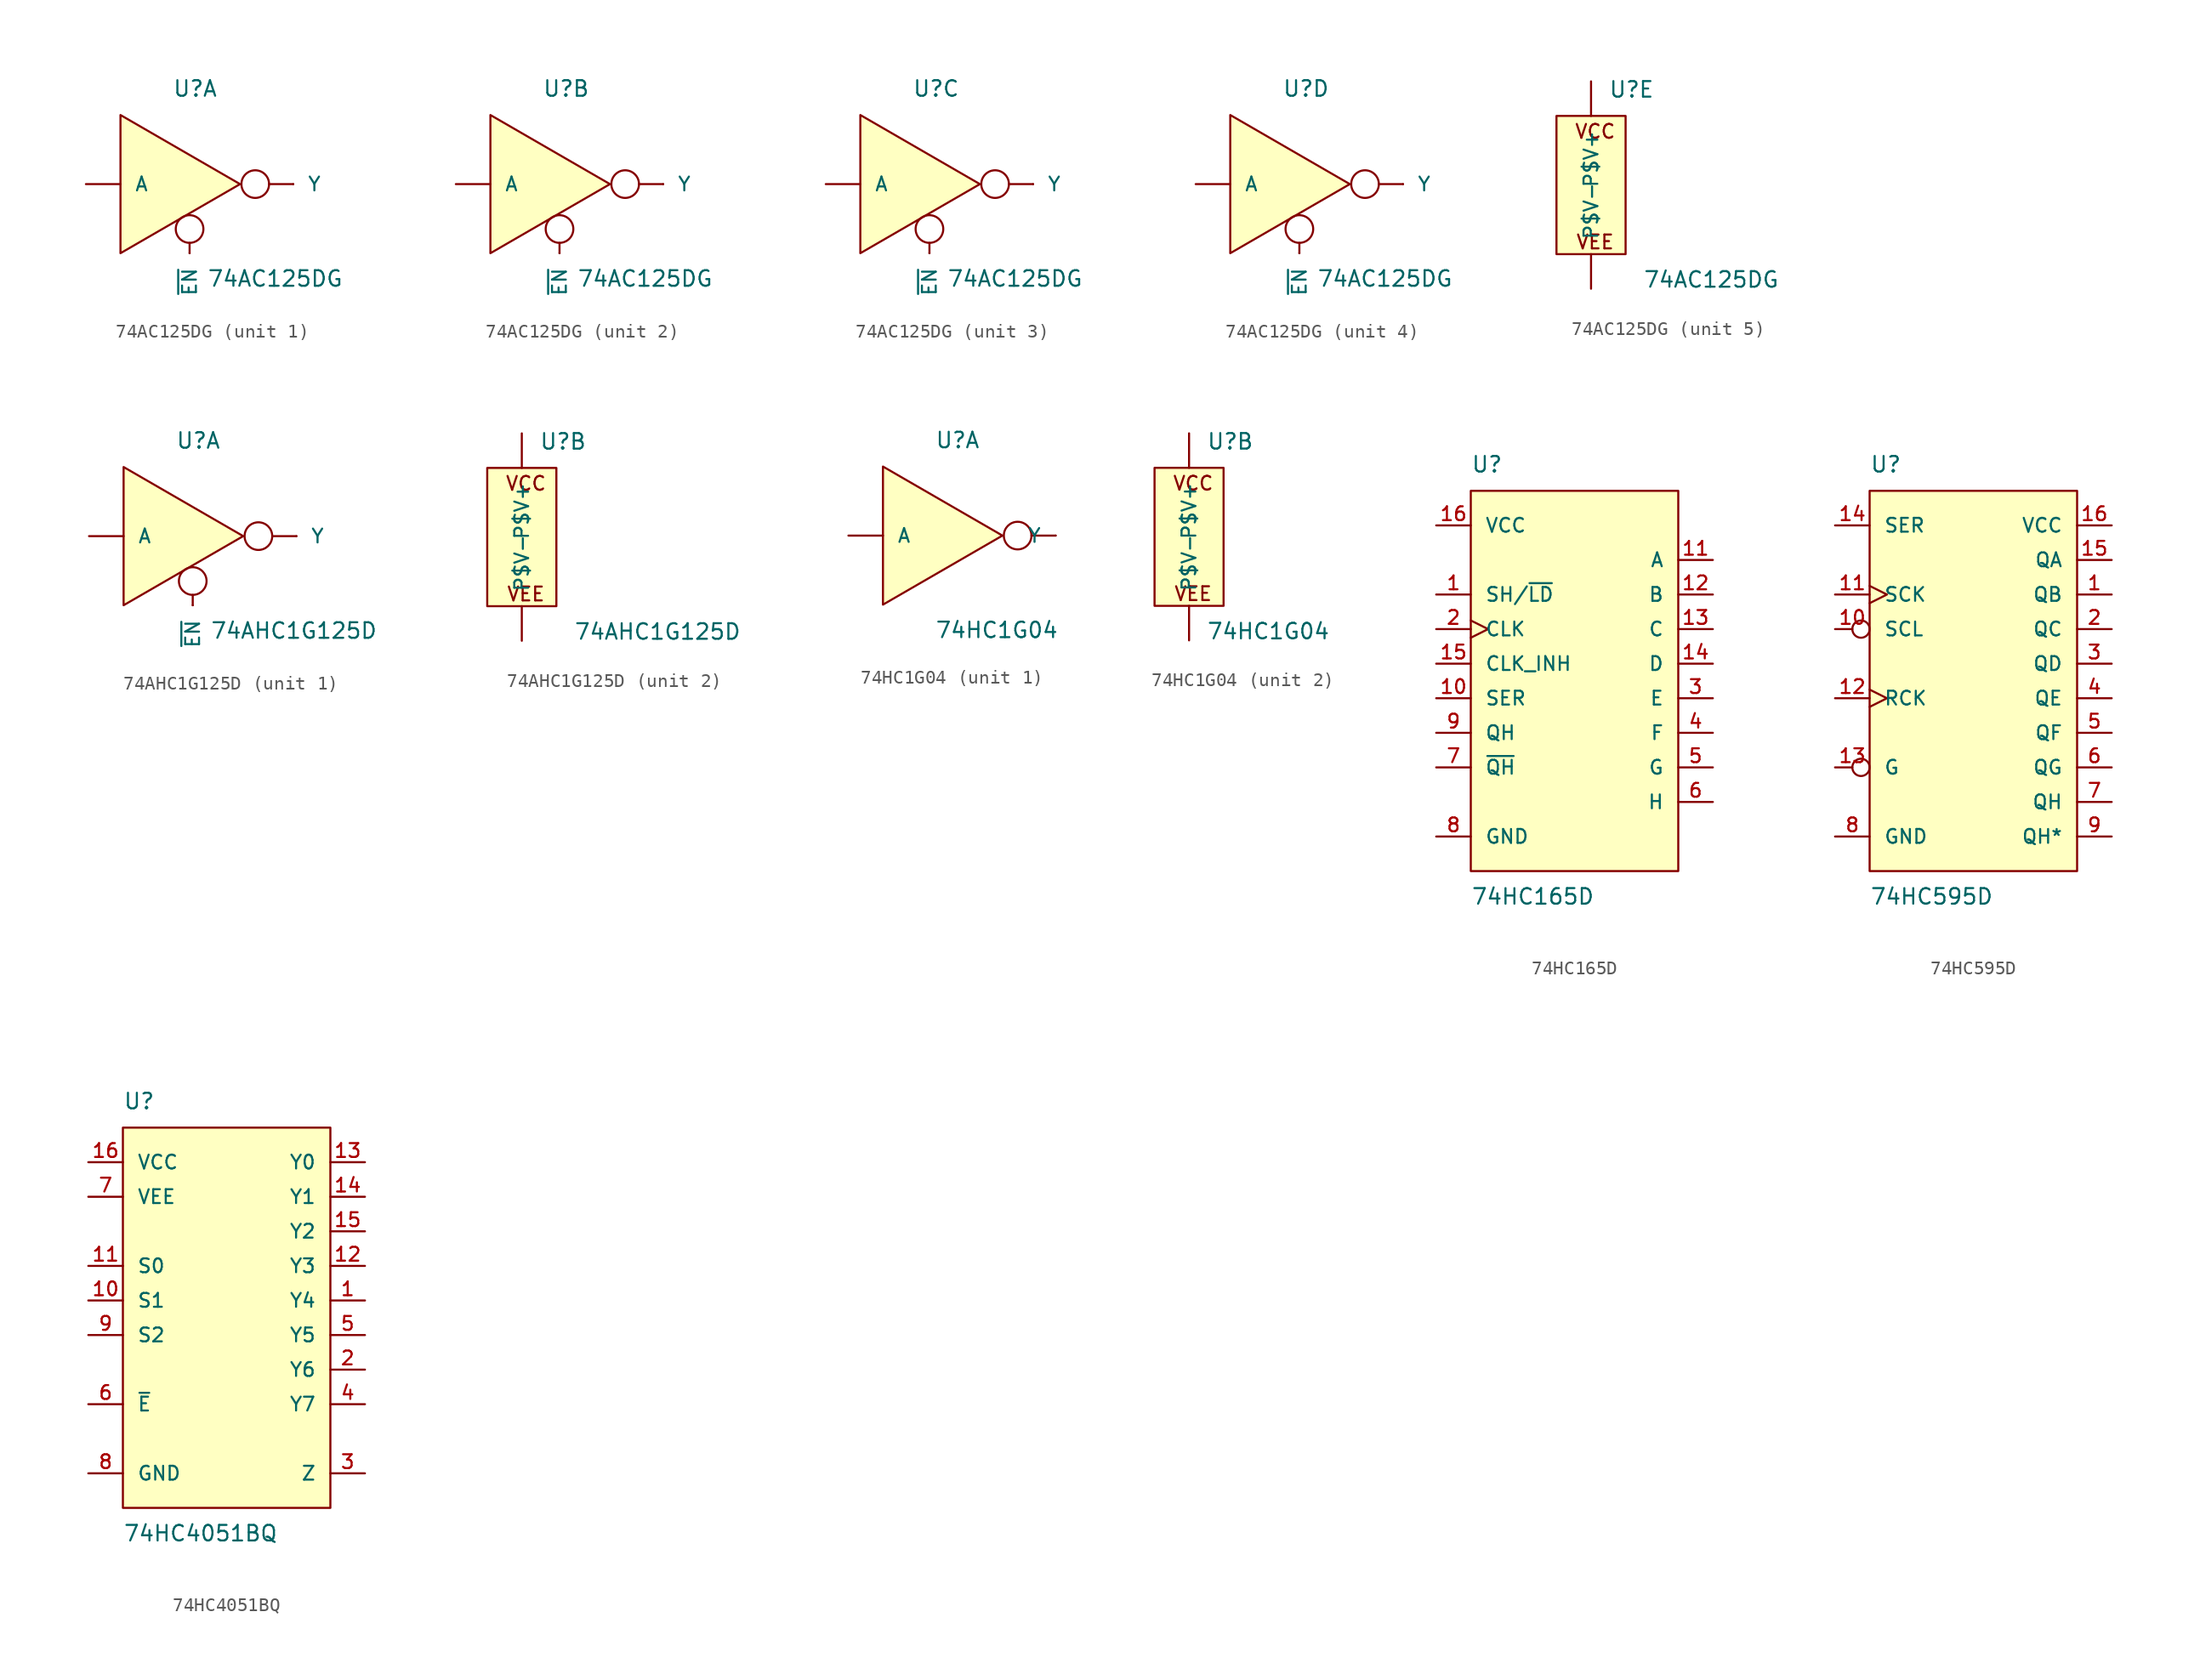
<source format=kicad_sym>
(kicad_symbol_lib
  (version 20220914)
  (generator kicad_symbol_editor)
  (symbol "74AC125DG"
    (pin_numbers hide)
    (pin_names
      (offset 1.016))
    (property "Reference" "U"
      (at 1.27 6.35 0)
      (effects (font (size 1.143 1.143)) (justify left bottom)))
    (property "Value" "74AC125DG"
      (at 3.81 -7.62 0)
      (effects (font (size 1.143 1.143)) (justify left bottom)))
    (property "ki_locked" ""
      (at 0 0 0)
      (effects (font (size 1.27 1.27))))
    (symbol "74AC125DG_1_0"
      (polyline (pts (xy 2.54 -4.318) (xy 2.54 -5.08)) (stroke (width 0) (type solid)) (fill (type none)))
      (polyline (pts (xy 10.16 0) (xy 8.382 0)) (stroke (width 0) (type solid)) (fill (type none))))
    (symbol "74AC125DG_1_1"
      (polyline (pts (xy -2.54 5.08) (xy 6.248 0) (xy -2.54 -5.08) (xy -2.54 5.08)) (stroke (width 0) (type solid)) (fill (type background)))
      (circle (center 2.54 -3.302) (radius 1.016) (stroke (width 0) (type solid)) (fill (type none)))
      (circle (center 7.366 0) (radius 1.016) (stroke (width 0) (type solid)) (fill (type none)))
      (pin bidirectional line (at 2.54 -5.08 270) (length 0) (name "~{EN}" (effects (font (size 1.016 1.016)))) (number "1" (effects (font (size 1.016 1.016)))))
      (pin bidirectional line (at -5.08 0 0) (length 2.54) (name "A" (effects (font (size 1.016 1.016)))) (number "2" (effects (font (size 1.016 1.016)))))
      (pin bidirectional line (at 10.16 0 0) (length 0) (name "Y" (effects (font (size 1.016 1.016)))) (number "3" (effects (font (size 1.016 1.016))))))
    (symbol "74AC125DG_2_0"
      (polyline (pts (xy 2.54 -4.318) (xy 2.54 -5.08)) (stroke (width 0) (type solid)) (fill (type none)))
      (polyline (pts (xy 10.16 0) (xy 8.382 0)) (stroke (width 0) (type solid)) (fill (type none))))
    (symbol "74AC125DG_2_1"
      (polyline (pts (xy -2.54 5.08) (xy 6.248 0) (xy -2.54 -5.08) (xy -2.54 5.08)) (stroke (width 0) (type solid)) (fill (type background)))
      (circle (center 2.54 -3.302) (radius 1.016) (stroke (width 0) (type solid)) (fill (type none)))
      (circle (center 7.366 0) (radius 1.016) (stroke (width 0) (type solid)) (fill (type none)))
      (pin bidirectional line (at 2.54 -5.08 270) (length 0) (name "~{EN}" (effects (font (size 1.016 1.016)))) (number "4" (effects (font (size 1.016 1.016)))))
      (pin bidirectional line (at -5.08 0 0) (length 2.54) (name "A" (effects (font (size 1.016 1.016)))) (number "5" (effects (font (size 1.016 1.016)))))
      (pin bidirectional line (at 10.16 0 0) (length 0) (name "Y" (effects (font (size 1.016 1.016)))) (number "6" (effects (font (size 1.016 1.016))))))
    (symbol "74AC125DG_3_0"
      (polyline (pts (xy 2.54 -4.318) (xy 2.54 -5.08)) (stroke (width 0) (type solid)) (fill (type none)))
      (polyline (pts (xy 10.16 0) (xy 8.382 0)) (stroke (width 0) (type solid)) (fill (type none))))
    (symbol "74AC125DG_3_1"
      (polyline (pts (xy -2.54 5.08) (xy 6.248 0) (xy -2.54 -5.08) (xy -2.54 5.08)) (stroke (width 0) (type solid)) (fill (type background)))
      (circle (center 2.54 -3.302) (radius 1.016) (stroke (width 0) (type solid)) (fill (type none)))
      (circle (center 7.366 0) (radius 1.016) (stroke (width 0) (type solid)) (fill (type none)))
      (pin bidirectional line (at 10.16 0 0) (length 0) (name "Y" (effects (font (size 1.016 1.016)))) (number "11" (effects (font (size 1.016 1.016)))))
      (pin bidirectional line (at -5.08 0 0) (length 2.54) (name "A" (effects (font (size 1.016 1.016)))) (number "12" (effects (font (size 1.016 1.016)))))
      (pin bidirectional line (at 2.54 -5.08 270) (length 0) (name "~{EN}" (effects (font (size 1.016 1.016)))) (number "13" (effects (font (size 1.016 1.016))))))
    (symbol "74AC125DG_4_0"
      (polyline (pts (xy 2.54 -4.318) (xy 2.54 -5.08)) (stroke (width 0) (type solid)) (fill (type none)))
      (polyline (pts (xy 10.16 0) (xy 8.382 0)) (stroke (width 0) (type solid)) (fill (type none))))
    (symbol "74AC125DG_4_1"
      (polyline (pts (xy -2.54 5.08) (xy 6.248 0) (xy -2.54 -5.08) (xy -2.54 5.08)) (stroke (width 0) (type solid)) (fill (type background)))
      (circle (center 2.54 -3.302) (radius 1.016) (stroke (width 0) (type solid)) (fill (type none)))
      (circle (center 7.366 0) (radius 1.016) (stroke (width 0) (type solid)) (fill (type none)))
      (pin bidirectional line (at 2.54 -5.08 270) (length 0) (name "~{EN}" (effects (font (size 1.016 1.016)))) (number "10" (effects (font (size 1.016 1.016)))))
      (pin bidirectional line (at 10.16 0 0) (length 0) (name "Y" (effects (font (size 1.016 1.016)))) (number "8" (effects (font (size 1.016 1.016)))))
      (pin bidirectional line (at -5.08 0 0) (length 2.54) (name "A" (effects (font (size 1.016 1.016)))) (number "9" (effects (font (size 1.016 1.016))))))
    (symbol "74AC125DG_5_0"
      (text "VCC" (at 0.305 3.937 0) (effects (font (size 1.016 1.016))))
      (text "VEE" (at 0.305 -4.191 0) (effects (font (size 1.016 1.016)))))
    (symbol "74AC125DG_5_1"
      (polyline (pts (xy -2.54 5.08) (xy 2.54 5.08) (xy 2.54 -5.08) (xy -2.54 -5.08) (xy -2.54 5.08)) (stroke (width 0) (type solid)) (fill (type background)))
      (pin bidirectional line (at 0 7.62 270) (length 2.54) (name "P$V+" (effects (font (size 1.016 1.016)))) (number "14" (effects (font (size 1.016 1.016)))))
      (pin bidirectional line (at 0 -7.62 90) (length 2.54) (name "P$V-" (effects (font (size 1.016 1.016)))) (number "7" (effects (font (size 1.016 1.016)))))))
  (symbol "74AHC1G125D"
    (pin_numbers hide)
    (pin_names
      (offset 1.016))
    (property "Reference" "U"
      (at 1.27 6.35 0)
      (effects (font (size 1.143 1.143)) (justify left bottom)))
    (property "Value" "74AHC1G125D"
      (at 3.81 -7.62 0)
      (effects (font (size 1.143 1.143)) (justify left bottom)))
    (property "ki_locked" ""
      (at 0 0 0)
      (effects (font (size 1.27 1.27))))
    (symbol "74AHC1G125D_1_0"
      (polyline (pts (xy 2.54 -4.318) (xy 2.54 -5.08)) (stroke (width 0) (type solid)) (fill (type none)))
      (polyline (pts (xy 10.16 0) (xy 8.382 0)) (stroke (width 0) (type solid)) (fill (type none))))
    (symbol "74AHC1G125D_1_1"
      (polyline (pts (xy -2.54 5.08) (xy 6.248 0) (xy -2.54 -5.08) (xy -2.54 5.08)) (stroke (width 0) (type solid)) (fill (type background)))
      (circle (center 2.54 -3.302) (radius 1.016) (stroke (width 0) (type solid)) (fill (type none)))
      (circle (center 7.366 0) (radius 1.016) (stroke (width 0) (type solid)) (fill (type none)))
      (pin bidirectional line (at 2.54 -5.08 270) (length 0) (name "~{EN}" (effects (font (size 1.016 1.016)))) (number "1" (effects (font (size 1.016 1.016)))))
      (pin bidirectional line (at -5.08 0 0) (length 2.54) (name "A" (effects (font (size 1.016 1.016)))) (number "2" (effects (font (size 1.016 1.016)))))
      (pin bidirectional line (at 10.16 0 0) (length 0) (name "Y" (effects (font (size 1.016 1.016)))) (number "4" (effects (font (size 1.016 1.016))))))
    (symbol "74AHC1G125D_2_0"
      (text "VCC" (at 0.305 3.937 0) (effects (font (size 1.016 1.016))))
      (text "VEE" (at 0.305 -4.191 0) (effects (font (size 1.016 1.016)))))
    (symbol "74AHC1G125D_2_1"
      (polyline (pts (xy -2.54 5.08) (xy 2.54 5.08) (xy 2.54 -5.08) (xy -2.54 -5.08) (xy -2.54 5.08)) (stroke (width 0) (type solid)) (fill (type background)))
      (pin bidirectional line (at 0 -7.62 90) (length 2.54) (name "P$V-" (effects (font (size 1.016 1.016)))) (number "3" (effects (font (size 1.016 1.016)))))
      (pin bidirectional line (at 0 7.62 270) (length 2.54) (name "P$V+" (effects (font (size 1.016 1.016)))) (number "5" (effects (font (size 1.016 1.016)))))))
  (symbol "74HC1G04"
    (pin_numbers hide)
    (pin_names
      (offset 1.016))
    (property "Reference" "U"
      (at 1.27 6.35 0)
      (effects (font (size 1.143 1.143)) (justify left bottom)))
    (property "Value" "74HC1G04"
      (at 1.27 -7.62 0)
      (effects (font (size 1.143 1.143)) (justify left bottom)))
    (property "ki_locked" ""
      (at 0 0 0)
      (effects (font (size 1.27 1.27))))
    (symbol "74HC1G04_1_0"
      (polyline (pts (xy 10.16 0) (xy 8.382 0)) (stroke (width 0) (type solid)) (fill (type none))))
    (symbol "74HC1G04_1_1"
      (polyline (pts (xy -2.54 5.08) (xy 6.248 0) (xy -2.54 -5.08) (xy -2.54 5.08)) (stroke (width 0) (type solid)) (fill (type background)))
      (circle (center 7.366 0) (radius 1.016) (stroke (width 0) (type solid)) (fill (type none)))
      (pin bidirectional line (at -5.08 0 0) (length 2.54) (name "A" (effects (font (size 1.016 1.016)))) (number "2" (effects (font (size 1.016 1.016)))))
      (pin bidirectional line (at 10.16 0 180) (length 0) (name "Y" (effects (font (size 1.016 1.016)))) (number "4" (effects (font (size 1.016 1.016))))))
    (symbol "74HC1G04_2_0"
      (text "VCC" (at 0.305 3.937 0) (effects (font (size 1.016 1.016))))
      (text "VEE" (at 0.305 -4.191 0) (effects (font (size 1.016 1.016)))))
    (symbol "74HC1G04_2_1"
      (polyline (pts (xy -2.54 5.08) (xy 2.54 5.08) (xy 2.54 -5.08) (xy -2.54 -5.08) (xy -2.54 5.08)) (stroke (width 0) (type solid)) (fill (type background)))
      (pin bidirectional line (at 0 -7.62 90) (length 2.54) (name "P$V-" (effects (font (size 1.016 1.016)))) (number "3" (effects (font (size 1.016 1.016)))))
      (pin bidirectional line (at 0 7.62 270) (length 2.54) (name "P$V+" (effects (font (size 1.016 1.016)))) (number "5" (effects (font (size 1.016 1.016)))))))
  (symbol "74HC165D"
    (pin_names
      (offset 1.016))
    (property "Reference" "U"
      (at -7.62 16.51 0)
      (effects (font (size 1.143 1.143)) (justify left bottom)))
    (property "Value" "74HC165D"
      (at -7.62 -15.24 0)
      (effects (font (size 1.143 1.143)) (justify left bottom)))
    (property "ki_locked" ""
      (at 0 0 0)
      (effects (font (size 1.27 1.27))))
    (symbol "74HC165D_1_1"
      (polyline (pts (xy -7.62 -12.7) (xy 7.62 -12.7) (xy 7.62 15.24) (xy -7.62 15.24) (xy -7.62 -12.7)) (stroke (width 0) (type solid)) (fill (type background)))
      (pin input line (at -10.16 7.62 0) (length 2.54) (name "SH/~{LD}" (effects (font (size 1.016 1.016)))) (number "1" (effects (font (size 1.016 1.016)))))
      (pin input line (at -10.16 0 0) (length 2.54) (name "SER" (effects (font (size 1.016 1.016)))) (number "10" (effects (font (size 1.016 1.016)))))
      (pin tri_state line (at 10.16 10.16 180) (length 2.54) (name "A" (effects (font (size 1.016 1.016)))) (number "11" (effects (font (size 1.016 1.016)))))
      (pin tri_state line (at 10.16 7.62 180) (length 2.54) (name "B" (effects (font (size 1.016 1.016)))) (number "12" (effects (font (size 1.016 1.016)))))
      (pin tri_state line (at 10.16 5.08 180) (length 2.54) (name "C" (effects (font (size 1.016 1.016)))) (number "13" (effects (font (size 1.016 1.016)))))
      (pin tri_state line (at 10.16 2.54 180) (length 2.54) (name "D" (effects (font (size 1.016 1.016)))) (number "14" (effects (font (size 1.016 1.016)))))
      (pin input line (at -10.16 2.54 0) (length 2.54) (name "CLK_INH" (effects (font (size 1.016 1.016)))) (number "15" (effects (font (size 1.016 1.016)))))
      (pin power_in line (at -10.16 12.7 0) (length 2.54) (name "VCC" (effects (font (size 1.016 1.016)))) (number "16" (effects (font (size 1.016 1.016)))))
      (pin input clock (at -10.16 5.08 0) (length 2.54) (name "CLK" (effects (font (size 1.016 1.016)))) (number "2" (effects (font (size 1.016 1.016)))))
      (pin tri_state line (at 10.16 0 180) (length 2.54) (name "E" (effects (font (size 1.016 1.016)))) (number "3" (effects (font (size 1.016 1.016)))))
      (pin tri_state line (at 10.16 -2.54 180) (length 2.54) (name "F" (effects (font (size 1.016 1.016)))) (number "4" (effects (font (size 1.016 1.016)))))
      (pin tri_state line (at 10.16 -5.08 180) (length 2.54) (name "G" (effects (font (size 1.016 1.016)))) (number "5" (effects (font (size 1.016 1.016)))))
      (pin tri_state line (at 10.16 -7.62 180) (length 2.54) (name "H" (effects (font (size 1.016 1.016)))) (number "6" (effects (font (size 1.016 1.016)))))
      (pin input line (at -10.16 -5.08 0) (length 2.54) (name "~{QH}" (effects (font (size 1.016 1.016)))) (number "7" (effects (font (size 1.016 1.016)))))
      (pin power_in line (at -10.16 -10.16 0) (length 2.54) (name "GND" (effects (font (size 1.016 1.016)))) (number "8" (effects (font (size 1.016 1.016)))))
      (pin tri_state line (at -10.16 -2.54 0) (length 2.54) (name "QH" (effects (font (size 1.016 1.016)))) (number "9" (effects (font (size 1.016 1.016)))))))
  (symbol "74HC595D"
    (pin_names
      (offset 1.016))
    (property "Reference" "U"
      (at -7.62 15.24 0)
      (effects (font (size 1.143 1.143)) (justify left bottom)))
    (property "Value" "74HC595D"
      (at -7.62 -16.51 0)
      (effects (font (size 1.143 1.143)) (justify left bottom)))
    (property "ki_locked" ""
      (at 0 0 0)
      (effects (font (size 1.27 1.27))))
    (symbol "74HC595D_1_1"
      (polyline (pts (xy -7.62 -13.97) (xy 7.62 -13.97) (xy 7.62 13.97) (xy -7.62 13.97) (xy -7.62 -13.97)) (stroke (width 0) (type solid)) (fill (type background)))
      (pin tri_state line (at 10.16 6.35 180) (length 2.54) (name "QB" (effects (font (size 1.016 1.016)))) (number "1" (effects (font (size 1.016 1.016)))))
      (pin input inverted (at -10.16 3.81 0) (length 2.54) (name "SCL" (effects (font (size 1.016 1.016)))) (number "10" (effects (font (size 1.016 1.016)))))
      (pin input clock (at -10.16 6.35 0) (length 2.54) (name "SCK" (effects (font (size 1.016 1.016)))) (number "11" (effects (font (size 1.016 1.016)))))
      (pin input clock (at -10.16 -1.27 0) (length 2.54) (name "RCK" (effects (font (size 1.016 1.016)))) (number "12" (effects (font (size 1.016 1.016)))))
      (pin input inverted (at -10.16 -6.35 0) (length 2.54) (name "G" (effects (font (size 1.016 1.016)))) (number "13" (effects (font (size 1.016 1.016)))))
      (pin input line (at -10.16 11.43 0) (length 2.54) (name "SER" (effects (font (size 1.016 1.016)))) (number "14" (effects (font (size 1.016 1.016)))))
      (pin tri_state line (at 10.16 8.89 180) (length 2.54) (name "QA" (effects (font (size 1.016 1.016)))) (number "15" (effects (font (size 1.016 1.016)))))
      (pin power_in line (at 10.16 11.43 180) (length 2.54) (name "VCC" (effects (font (size 1.016 1.016)))) (number "16" (effects (font (size 1.016 1.016)))))
      (pin tri_state line (at 10.16 3.81 180) (length 2.54) (name "QC" (effects (font (size 1.016 1.016)))) (number "2" (effects (font (size 1.016 1.016)))))
      (pin tri_state line (at 10.16 1.27 180) (length 2.54) (name "QD" (effects (font (size 1.016 1.016)))) (number "3" (effects (font (size 1.016 1.016)))))
      (pin tri_state line (at 10.16 -1.27 180) (length 2.54) (name "QE" (effects (font (size 1.016 1.016)))) (number "4" (effects (font (size 1.016 1.016)))))
      (pin tri_state line (at 10.16 -3.81 180) (length 2.54) (name "QF" (effects (font (size 1.016 1.016)))) (number "5" (effects (font (size 1.016 1.016)))))
      (pin tri_state line (at 10.16 -6.35 180) (length 2.54) (name "QG" (effects (font (size 1.016 1.016)))) (number "6" (effects (font (size 1.016 1.016)))))
      (pin tri_state line (at 10.16 -8.89 180) (length 2.54) (name "QH" (effects (font (size 1.016 1.016)))) (number "7" (effects (font (size 1.016 1.016)))))
      (pin power_in line (at -10.16 -11.43 0) (length 2.54) (name "GND" (effects (font (size 1.016 1.016)))) (number "8" (effects (font (size 1.016 1.016)))))
      (pin tri_state line (at 10.16 -11.43 180) (length 2.54) (name "QH*" (effects (font (size 1.016 1.016)))) (number "9" (effects (font (size 1.016 1.016)))))))
  (symbol "74HC4051BQ"
    (pin_names
      (offset 1.016))
    (property "Reference" "U"
      (at -7.62 16.51 0)
      (effects (font (size 1.143 1.143)) (justify left bottom)))
    (property "Value" "74HC4051BQ"
      (at -7.62 -15.24 0)
      (effects (font (size 1.143 1.143)) (justify left bottom)))
    (property "ki_locked" ""
      (at 0 0 0)
      (effects (font (size 1.27 1.27))))
    (symbol "74HC4051BQ_1_1"
      (polyline (pts (xy -7.62 15.24) (xy -7.62 -12.7) (xy 7.62 -12.7) (xy 7.62 15.24) (xy -7.62 15.24)) (stroke (width 0) (type solid)) (fill (type background)))
      (pin bidirectional line (at 10.16 2.54 180) (length 2.54) (name "Y4" (effects (font (size 1.016 1.016)))) (number "1" (effects (font (size 1.016 1.016)))))
      (pin bidirectional line (at -10.16 2.54 0) (length 2.54) (name "S1" (effects (font (size 1.016 1.016)))) (number "10" (effects (font (size 1.016 1.016)))))
      (pin bidirectional line (at -10.16 5.08 0) (length 2.54) (name "S0" (effects (font (size 1.016 1.016)))) (number "11" (effects (font (size 1.016 1.016)))))
      (pin bidirectional line (at 10.16 5.08 180) (length 2.54) (name "Y3" (effects (font (size 1.016 1.016)))) (number "12" (effects (font (size 1.016 1.016)))))
      (pin bidirectional line (at 10.16 12.7 180) (length 2.54) (name "Y0" (effects (font (size 1.016 1.016)))) (number "13" (effects (font (size 1.016 1.016)))))
      (pin bidirectional line (at 10.16 10.16 180) (length 2.54) (name "Y1" (effects (font (size 1.016 1.016)))) (number "14" (effects (font (size 1.016 1.016)))))
      (pin bidirectional line (at 10.16 7.62 180) (length 2.54) (name "Y2" (effects (font (size 1.016 1.016)))) (number "15" (effects (font (size 1.016 1.016)))))
      (pin bidirectional line (at -10.16 12.7 0) (length 2.54) (name "VCC" (effects (font (size 1.016 1.016)))) (number "16" (effects (font (size 1.016 1.016)))))
      (pin bidirectional line (at 10.16 -2.54 180) (length 2.54) (name "Y6" (effects (font (size 1.016 1.016)))) (number "2" (effects (font (size 1.016 1.016)))))
      (pin bidirectional line (at 10.16 -10.16 180) (length 2.54) (name "Z" (effects (font (size 1.016 1.016)))) (number "3" (effects (font (size 1.016 1.016)))))
      (pin bidirectional line (at 10.16 -5.08 180) (length 2.54) (name "Y7" (effects (font (size 1.016 1.016)))) (number "4" (effects (font (size 1.016 1.016)))))
      (pin bidirectional line (at 10.16 0 180) (length 2.54) (name "Y5" (effects (font (size 1.016 1.016)))) (number "5" (effects (font (size 1.016 1.016)))))
      (pin bidirectional line (at -10.16 -5.08 0) (length 2.54) (name "~{E}" (effects (font (size 1.016 1.016)))) (number "6" (effects (font (size 1.016 1.016)))))
      (pin bidirectional line (at -10.16 10.16 0) (length 2.54) (name "VEE" (effects (font (size 1.016 1.016)))) (number "7" (effects (font (size 1.016 1.016)))))
      (pin bidirectional line (at -10.16 -10.16 0) (length 2.54) (name "GND" (effects (font (size 1.016 1.016)))) (number "8" (effects (font (size 1.016 1.016)))))
      (pin bidirectional line (at -10.16 0 0) (length 2.54) (name "S2" (effects (font (size 1.016 1.016)))) (number "9" (effects (font (size 1.016 1.016)))))
      (pin bidirectional line (at -10.16 12.7 0) (length 2.54) hide (name "VCC" (effects (font (size 1.016 1.016)))) (number "EP" (effects (font (size 1.016 1.016))))))))
</source>
